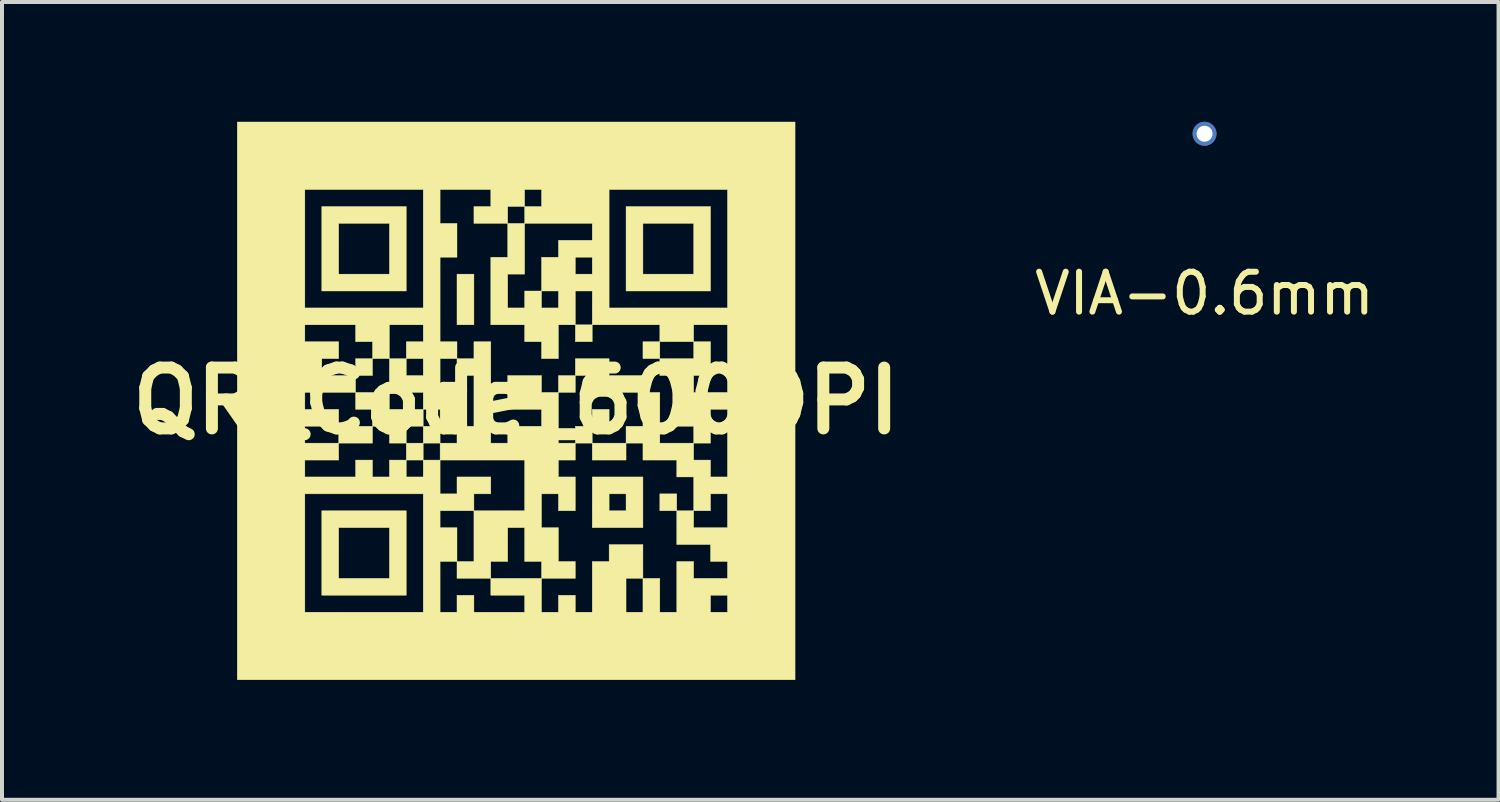
<source format=kicad_pcb>
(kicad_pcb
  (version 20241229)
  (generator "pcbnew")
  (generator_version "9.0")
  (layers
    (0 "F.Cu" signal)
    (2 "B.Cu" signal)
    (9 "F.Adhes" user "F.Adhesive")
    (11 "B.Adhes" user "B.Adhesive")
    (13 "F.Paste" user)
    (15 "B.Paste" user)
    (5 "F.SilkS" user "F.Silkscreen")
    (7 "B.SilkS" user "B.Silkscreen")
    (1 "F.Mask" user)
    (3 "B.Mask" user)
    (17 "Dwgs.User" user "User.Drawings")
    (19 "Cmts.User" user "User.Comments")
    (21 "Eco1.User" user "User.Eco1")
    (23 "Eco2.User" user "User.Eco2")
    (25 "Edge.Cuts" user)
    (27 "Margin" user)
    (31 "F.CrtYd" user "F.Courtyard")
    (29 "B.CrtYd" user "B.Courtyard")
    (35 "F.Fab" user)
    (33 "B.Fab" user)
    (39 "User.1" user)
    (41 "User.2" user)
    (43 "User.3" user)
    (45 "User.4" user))
  (footprint "VIA-0.6mm"
    (layer "F.Cu")
    (at 27.117 0.3)
    (property "Reference" "VIA-0.6mm" (at 0 4 0) (layer "F.SilkS") (effects (font (size 1 1) (thickness 0.15))))
    (attr through_hole)
    (pad "1" thru_hole circle (at 0 0) (size 0.6 0.6) (drill 0.4) (layers "*.Cu")))
  (footprint "QR_Code_600DPI"
    (layer "F.Cu")
    (at 9.877 6.99)
    (property "Reference" "QR_Code_600DPI" (at 0 0 0) (layer "F.SilkS") (effects (font (size 1.524 1.524) (thickness 0.3))))
    (attr through_hole)
    (fp_poly (pts (xy -3.598 -0.635) (xy -4.022 -0.635) (xy -4.022 -1.058) (xy -3.598 -1.058) (xy -3.598 -0.635)) (stroke (width 0.01) (type solid)) (fill yes) (layer "F.SilkS"))
    (fp_poly (pts (xy -3.598 1.058) (xy -4.445 1.058) (xy -4.445 0.635) (xy -3.598 0.635) (xy -3.598 1.058)) (stroke (width 0.01) (type solid)) (fill yes) (layer "F.SilkS"))
    (fp_poly (pts (xy -1.058 -1.905) (xy -1.482 -1.905) (xy -1.482 -3.175) (xy -1.058 -3.175) (xy -1.058 -1.905)) (stroke (width 0.01) (type solid)) (fill yes) (layer "F.SilkS"))
    (fp_poly (pts (xy 1.482 -0.212) (xy 1.058 -0.212) (xy 1.058 -0.635) (xy 1.482 -0.635) (xy 1.482 -0.212)) (stroke (width 0.01) (type solid)) (fill yes) (layer "F.SilkS"))
    (fp_poly (pts (xy 1.905 -1.482) (xy 1.482 -1.482) (xy 1.482 -1.905) (xy 1.905 -1.905) (xy 1.905 -1.482)) (stroke (width 0.01) (type solid)) (fill yes) (layer "F.SilkS"))
    (fp_poly (pts (xy 1.905 1.058) (xy 1.482 1.058) (xy 1.482 0.635) (xy 1.905 0.635) (xy 1.905 1.058)) (stroke (width 0.01) (type solid)) (fill yes) (layer "F.SilkS"))
    (fp_poly (pts (xy 2.328 0.635) (xy 1.905 0.635) (xy 1.905 0.212) (xy 2.328 0.212) (xy 2.328 0.635)) (stroke (width 0.01) (type solid)) (fill yes) (layer "F.SilkS"))
    (fp_poly (pts (xy 2.752 1.482) (xy 1.905 1.482) (xy 1.905 1.058) (xy 2.752 1.058) (xy 2.752 1.482)) (stroke (width 0.01) (type solid)) (fill yes) (layer "F.SilkS"))
    (fp_poly (pts (xy 3.598 -1.058) (xy 3.175 -1.058) (xy 3.175 -1.482) (xy 3.598 -1.482) (xy 3.598 -1.058)) (stroke (width 0.01) (type solid)) (fill yes) (layer "F.SilkS"))
    (fp_poly (pts (xy 4.022 2.752) (xy 3.598 2.752) (xy 3.598 2.328) (xy 4.022 2.328) (xy 4.022 2.752)) (stroke (width 0.01) (type solid)) (fill yes) (layer "F.SilkS"))
    (fp_poly (pts (xy 1.482 -1.058) (xy 2.328 -1.058) (xy 2.328 -0.635) (xy 3.175 -0.635) (xy 3.175 -0.212) (xy 1.905 -0.212) (xy 1.905 -0.635) (xy 1.482 -0.635) (xy 1.482 -1.058)) (stroke (width 0.01) (type solid)) (fill yes) (layer "F.SilkS"))
    (fp_poly (pts (xy -2.752 -2.752) (xy -4.868 -2.752) (xy -4.868 -4.445) (xy -4.445 -4.445) (xy -4.445 -3.175) (xy -3.175 -3.175) (xy -3.175 -4.445) (xy -4.445 -4.445) (xy -4.868 -4.445) (xy -4.868 -4.868) (xy -2.752 -4.868) (xy -2.752 -2.752)) (stroke (width 0.01) (type solid)) (fill yes) (layer "F.SilkS"))
    (fp_poly (pts (xy -2.752 4.868) (xy -4.868 4.868) (xy -4.868 3.175) (xy -4.445 3.175) (xy -4.445 4.445) (xy -3.175 4.445) (xy -3.175 3.175) (xy -4.445 3.175) (xy -4.868 3.175) (xy -4.868 2.752) (xy -2.752 2.752) (xy -2.752 4.868)) (stroke (width 0.01) (type solid)) (fill yes) (layer "F.SilkS"))
    (fp_poly (pts (xy 3.175 3.175) (xy 1.905 3.175) (xy 1.905 2.328) (xy 2.328 2.328) (xy 2.328 2.752) (xy 2.752 2.752) (xy 2.752 2.328) (xy 2.328 2.328) (xy 1.905 2.328) (xy 1.905 1.905) (xy 3.175 1.905) (xy 3.175 3.175)) (stroke (width 0.01) (type solid)) (fill yes) (layer "F.SilkS"))
    (fp_poly (pts (xy 4.868 -2.752) (xy 2.752 -2.752) (xy 2.752 -4.445) (xy 3.175 -4.445) (xy 3.175 -3.175) (xy 4.445 -3.175) (xy 4.445 -4.445) (xy 3.175 -4.445) (xy 2.752 -4.445) (xy 2.752 -4.868) (xy 4.868 -4.868) (xy 4.868 -2.752)) (stroke (width 0.01) (type solid)) (fill yes) (layer "F.SilkS"))
    (fp_poly (pts (xy -3.598 0.212) (xy -4.022 0.212) (xy -4.022 -0.212) (xy -3.175 -0.212) (xy -3.175 0.212) (xy -2.328 0.212) (xy -2.328 0.635) (xy -1.905 0.635) (xy -1.905 1.058) (xy -2.328 1.058) (xy -2.328 1.482) (xy -2.752 1.482) (xy -2.752 1.058) (xy -3.175 1.058) (xy -3.175 0.635) (xy -2.752 0.635) (xy -2.752 1.058) (xy -2.328 1.058) (xy -2.328 0.635) (xy -2.752 0.635) (xy -3.175 0.635) (xy -3.598 0.635) (xy -3.598 0.212)) (stroke (width 0.01) (type solid)) (fill yes) (layer "F.SilkS"))
    (fp_poly (pts (xy -0.635 1.058) (xy -0.212 1.058) (xy -0.212 0.635) (xy 0.635 0.635) (xy 0.635 0.212) (xy -0.212 0.212) (xy -0.212 -0.635) (xy 0.635 -0.635) (xy 0.635 -0.212) (xy 1.058 -0.212) (xy 1.058 1.058) (xy 1.482 1.058) (xy 1.482 1.482) (xy 1.058 1.482) (xy 1.058 1.905) (xy 1.482 1.905) (xy 1.482 2.752) (xy 1.058 2.752) (xy 1.058 2.328) (xy 0.635 2.328) (xy 0.635 3.175) (xy 1.058 3.175) (xy 1.058 4.022) (xy 1.482 4.022) (xy 1.482 4.445) (xy 0.635 4.445) (xy 0.635 4.022) (xy 0.212 4.022) (xy 0.212 3.175) (xy -0.212 3.175) (xy -0.212 4.022) (xy -0.635 4.022) (xy -0.635 4.445) (xy -1.482 4.445) (xy -1.482 4.022) (xy -1.058 4.022) (xy -1.058 2.752) (xy 0.212 2.752) (xy 0.212 1.482) (xy -1.905 1.482) (xy -1.905 1.058) (xy -1.482 1.058) (xy -1.482 0.635) (xy -1.058 0.635) (xy -1.058 -0.635) (xy -1.482 -0.635) (xy -1.482 -1.058) (xy -1.058 -1.058) (xy -1.058 -1.482) (xy -0.635 -1.482) (xy -0.635 1.058)) (stroke (width 0.01) (type solid)) (fill yes) (layer "F.SilkS"))
    (fp_poly (pts (xy 6.985 6.985) (xy -6.985 6.985) (xy -6.985 2.328) (xy -5.292 2.328) (xy -5.292 5.292) (xy -2.328 5.292) (xy -2.328 2.328) (xy -5.292 2.328) (xy -6.985 2.328) (xy -6.985 -1.905) (xy -5.292 -1.905) (xy -5.292 -1.482) (xy -4.445 -1.482) (xy -4.445 -1.058) (xy -4.868 -1.058) (xy -4.868 -0.635) (xy -4.022 -0.635) (xy -4.022 -0.212) (xy -5.292 -0.212) (xy -5.292 0.212) (xy -4.445 0.212) (xy -4.445 0.635) (xy -5.292 0.635) (xy -5.292 1.058) (xy -4.445 1.058) (xy -4.445 1.482) (xy -5.292 1.482) (xy -5.292 1.905) (xy -4.022 1.905) (xy -4.022 1.482) (xy -3.598 1.482) (xy -3.598 1.905) (xy -3.175 1.905) (xy -3.175 1.482) (xy -2.752 1.482) (xy -2.752 1.905) (xy -2.328 1.905) (xy -2.328 1.482) (xy -1.905 1.482) (xy -1.905 2.328) (xy -1.482 2.328) (xy -1.482 1.905) (xy -0.635 1.905) (xy -0.635 2.328) (xy -1.058 2.328) (xy -1.058 2.752) (xy -1.905 2.752) (xy -1.905 3.175) (xy -1.482 3.175) (xy -1.482 4.022) (xy -1.905 4.022) (xy -1.905 5.292) (xy -1.482 5.292) (xy -1.482 4.868) (xy -1.058 4.868) (xy -1.058 5.292) (xy 0.212 5.292) (xy 0.212 4.868) (xy -0.635 4.868) (xy -0.635 4.445) (xy 0.635 4.445) (xy 0.635 5.292) (xy 1.058 5.292) (xy 1.058 4.868) (xy 1.482 4.868) (xy 1.482 5.292) (xy 1.905 5.292) (xy 1.905 4.445) (xy 2.752 4.445) (xy 2.752 5.292) (xy 3.175 5.292) (xy 3.175 4.445) (xy 2.752 4.445) (xy 1.905 4.445) (xy 1.905 4.022) (xy 2.328 4.022) (xy 2.328 3.598) (xy 3.175 3.598) (xy 3.175 4.445) (xy 3.598 4.445) (xy 3.598 5.292) (xy 4.022 5.292) (xy 4.022 4.868) (xy 4.868 4.868) (xy 4.868 5.292) (xy 5.292 5.292) (xy 5.292 4.868) (xy 4.868 4.868) (xy 4.022 4.868) (xy 4.022 4.022) (xy 4.445 4.022) (xy 4.445 4.445) (xy 5.292 4.445) (xy 5.292 4.022) (xy 4.868 4.022) (xy 4.868 3.598) (xy 4.022 3.598) (xy 4.022 2.752) (xy 4.445 2.752) (xy 4.445 3.175) (xy 5.292 3.175) (xy 5.292 2.328) (xy 4.868 2.328) (xy 4.868 2.752) (xy 4.445 2.752) (xy 4.445 1.905) (xy 4.022 1.905) (xy 4.022 1.482) (xy 3.175 1.482) (xy 3.175 1.058) (xy 2.752 1.058) (xy 2.752 0.635) (xy 3.175 0.635) (xy 3.175 -0.212) (xy 3.598 -0.212) (xy 3.598 1.058) (xy 4.445 1.058) (xy 4.445 1.482) (xy 4.868 1.482) (xy 4.868 1.905) (xy 5.292 1.905) (xy 5.292 0.212) (xy 4.868 0.212) (xy 4.868 1.058) (xy 4.445 1.058) (xy 4.445 0.635) (xy 4.022 0.635) (xy 4.022 -0.635) (xy 3.598 -0.635) (xy 3.598 -1.058) (xy 4.445 -1.058) (xy 4.445 -1.482) (xy 3.598 -1.482) (xy 3.598 -1.905) (xy 4.445 -1.905) (xy 4.445 -1.482) (xy 4.868 -1.482) (xy 4.868 -0.635) (xy 4.445 -0.635) (xy 4.445 -0.212) (xy 5.292 -0.212) (xy 5.292 -1.905) (xy 4.445 -1.905) (xy 3.598 -1.905) (xy 1.905 -1.905) (xy 1.905 -2.752) (xy 1.482 -2.752) (xy 1.482 -1.905) (xy 1.058 -1.905) (xy 1.058 -1.058) (xy 0.635 -1.058) (xy 0.635 -1.482) (xy 0.212 -1.482) (xy 0.212 -1.905) (xy -0.635 -1.905) (xy -0.635 -3.175) (xy -0.212 -3.175) (xy -0.212 -2.328) (xy 0.212 -2.328) (xy 0.212 -2.752) (xy 0.635 -2.752) (xy 0.635 -2.328) (xy 1.058 -2.328) (xy 1.058 -2.752) (xy 0.635 -2.752) (xy 0.635 -3.598) (xy 1.058 -3.598) (xy 1.482 -3.598) (xy 1.482 -3.175) (xy 1.905 -3.175) (xy 1.905 -3.598) (xy 1.482 -3.598) (xy 1.058 -3.598) (xy 1.058 -4.022) (xy 1.905 -4.022) (xy 1.905 -4.445) (xy 0.212 -4.445) (xy 0.212 -3.175) (xy -0.212 -3.175) (xy -0.635 -3.175) (xy -0.635 -3.598) (xy -0.212 -3.598) (xy -0.212 -4.445) (xy -1.058 -4.445) (xy -1.058 -4.868) (xy -0.635 -4.868) (xy -0.212 -4.868) (xy -0.212 -4.445) (xy 0.212 -4.445) (xy 0.212 -4.868) (xy -0.212 -4.868) (xy -0.635 -4.868) (xy -0.635 -5.292) (xy 0.212 -5.292) (xy 0.212 -4.868) (xy 0.635 -4.868) (xy 0.635 -5.292) (xy 2.328 -5.292) (xy 2.328 -2.328) (xy 5.292 -2.328) (xy 5.292 -5.292) (xy 2.328 -5.292) (xy 0.635 -5.292) (xy 0.212 -5.292) (xy -0.635 -5.292) (xy -1.905 -5.292) (xy -1.905 -4.445) (xy -1.482 -4.445) (xy -1.482 -3.598) (xy -1.905 -3.598) (xy -1.905 -1.482) (xy -1.482 -1.482) (xy -1.482 -1.058) (xy -1.905 -1.058) (xy -1.905 -0.212) (xy -1.482 -0.212) (xy -1.482 0.635) (xy -1.905 0.635) (xy -1.905 0.212) (xy -2.328 0.212) (xy -2.328 -0.212) (xy -3.175 -0.212) (xy -3.175 -1.058) (xy -3.598 -1.058) (xy -3.598 -1.482) (xy -4.022 -1.482) (xy -4.022 -1.905) (xy -3.175 -1.905) (xy -3.175 -1.058) (xy -2.752 -1.058) (xy -2.752 -0.635) (xy -2.328 -0.635) (xy -2.328 -1.058) (xy -2.752 -1.058) (xy -2.752 -1.482) (xy -2.328 -1.482) (xy -2.328 -1.905) (xy -3.175 -1.905) (xy -4.022 -1.905) (xy -5.292 -1.905) (xy -6.985 -1.905) (xy -6.985 -5.292) (xy -5.292 -5.292) (xy -5.292 -2.328) (xy -2.328 -2.328) (xy -2.328 -5.292) (xy -5.292 -5.292) (xy -6.985 -5.292) (xy -6.985 -6.985) (xy 6.985 -6.985) (xy 6.985 6.985)) (stroke (width 0.01) (type solid)) (fill yes) (layer "F.SilkS")))
  (gr_rect
    (start -3 -3)
    (end 34.48 16.98)
    (stroke (width 0.1) (type default))
    (fill no)
    (layer "Edge.Cuts")))
</source>
